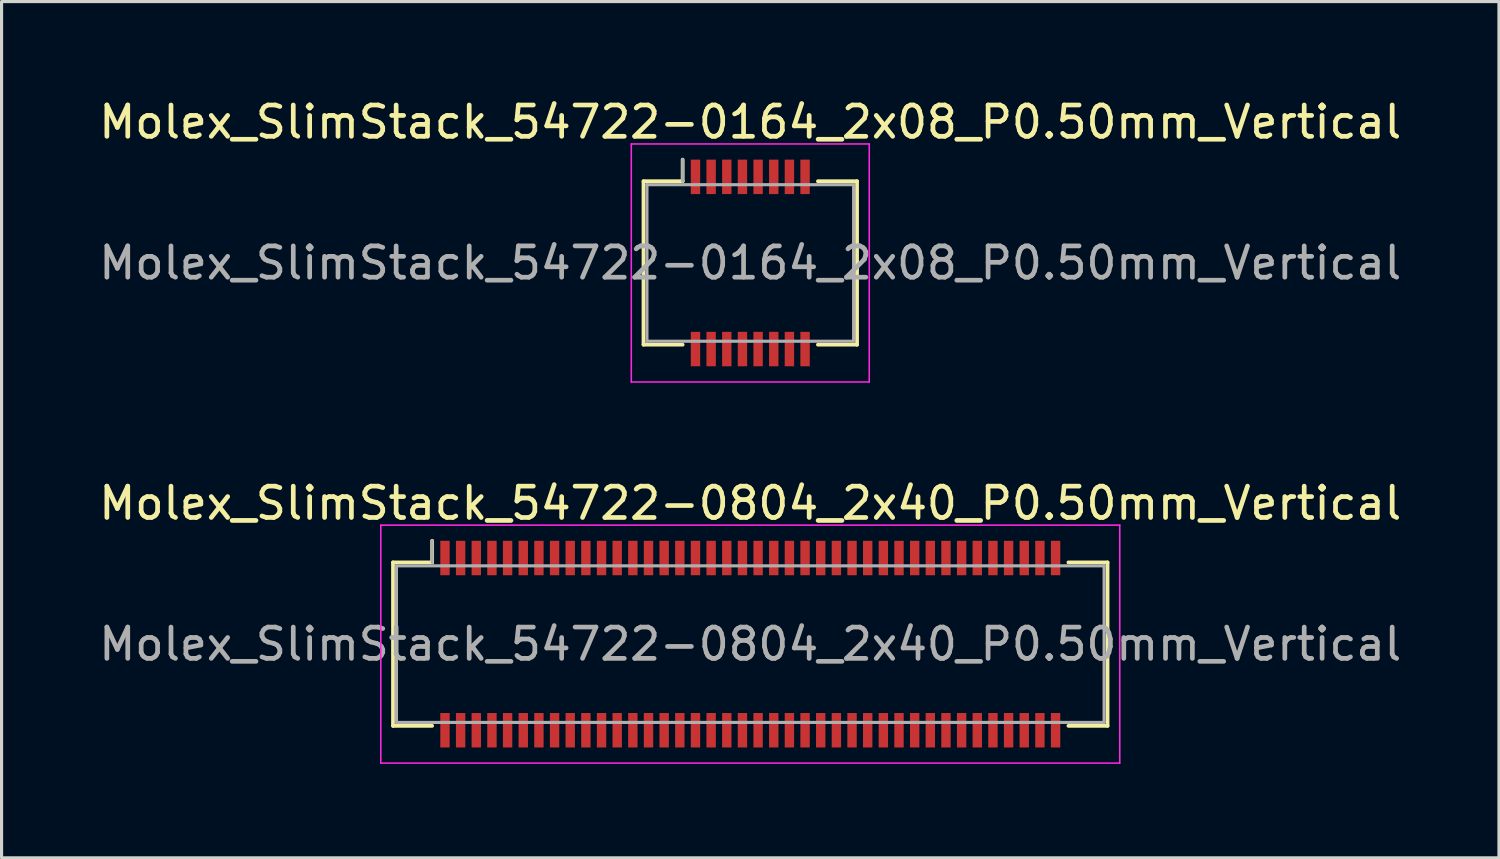
<source format=kicad_pcb>
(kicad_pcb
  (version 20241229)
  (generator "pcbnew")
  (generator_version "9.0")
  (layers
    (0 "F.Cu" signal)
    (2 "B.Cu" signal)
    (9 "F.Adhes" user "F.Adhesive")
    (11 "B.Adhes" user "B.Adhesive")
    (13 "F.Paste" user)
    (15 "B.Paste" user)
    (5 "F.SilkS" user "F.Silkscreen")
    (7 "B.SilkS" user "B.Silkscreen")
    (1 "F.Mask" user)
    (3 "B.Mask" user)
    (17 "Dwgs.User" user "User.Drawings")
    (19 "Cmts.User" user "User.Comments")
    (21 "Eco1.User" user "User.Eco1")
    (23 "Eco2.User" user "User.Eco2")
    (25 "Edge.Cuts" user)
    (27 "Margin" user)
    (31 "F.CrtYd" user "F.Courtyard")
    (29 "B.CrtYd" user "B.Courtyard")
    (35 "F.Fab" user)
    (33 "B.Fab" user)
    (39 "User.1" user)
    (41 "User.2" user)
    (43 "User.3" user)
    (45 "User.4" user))
  (footprint "Molex_SlimStack_54722-0164_2x08_P0.50mm_Vertical"
    (layer "F.Cu")
    (at 20.911 5.348)
    (property "Reference" "Molex_SlimStack_54722-0164_2x08_P0.50mm_Vertical" (at 0 -4.5 0) (layer "F.SilkS") (effects (font (size 1 1) (thickness 0.15))))
    (attr smd)
    (fp_line (start -3.41 -2.61) (end -2.16 -2.61) (stroke (width 0.12) (type solid)) (layer "F.SilkS"))
    (fp_line (start -3.41 2.61) (end -3.41 -2.61) (stroke (width 0.12) (type solid)) (layer "F.SilkS"))
    (fp_line (start -2.16 -2.61) (end -2.16 -3.3) (stroke (width 0.12) (type solid)) (layer "F.SilkS"))
    (fp_line (start -2.16 2.61) (end -3.41 2.61) (stroke (width 0.12) (type solid)) (layer "F.SilkS"))
    (fp_line (start 2.16 2.61) (end 3.41 2.61) (stroke (width 0.12) (type solid)) (layer "F.SilkS"))
    (fp_line (start 3.41 -2.61) (end 2.16 -2.61) (stroke (width 0.12) (type solid)) (layer "F.SilkS"))
    (fp_line (start 3.41 2.61) (end 3.41 -2.61) (stroke (width 0.12) (type solid)) (layer "F.SilkS"))
    (fp_line (start -3.8 -3.8) (end -3.8 3.8) (stroke (width 0.05) (type solid)) (layer "F.CrtYd"))
    (fp_line (start -3.8 3.8) (end 3.8 3.8) (stroke (width 0.05) (type solid)) (layer "F.CrtYd"))
    (fp_line (start 3.8 -3.8) (end -3.8 -3.8) (stroke (width 0.05) (type solid)) (layer "F.CrtYd"))
    (fp_line (start 3.8 3.8) (end 3.8 -3.8) (stroke (width 0.05) (type solid)) (layer "F.CrtYd"))
    (fp_line (start -3.3 -2.5) (end -3.3 2.5) (stroke (width 0.1) (type solid)) (layer "F.Fab"))
    (fp_line (start -3.3 2.5) (end 3.3 2.5) (stroke (width 0.1) (type solid)) (layer "F.Fab"))
    (fp_line (start -2.16 -2.61) (end -2.16 -3.3) (stroke (width 0.1) (type solid)) (layer "F.Fab"))
    (fp_line (start 3.3 -2.5) (end -3.3 -2.5) (stroke (width 0.1) (type solid)) (layer "F.Fab"))
    (fp_line (start 3.3 2.5) (end 3.3 -2.5) (stroke (width 0.1) (type solid)) (layer "F.Fab"))
    (fp_text user "${REFERENCE}" (at 0 0 0) (layer "F.Fab") (effects (font (size 1 1) (thickness 0.15))))
    (pad "1" smd rect (at -1.75 -2.75) (size 0.3 1.1) (layers "F.Cu" "F.Mask" "F.Paste"))
    (pad "2" smd rect (at -1.75 2.75) (size 0.3 1.1) (layers "F.Cu" "F.Mask" "F.Paste"))
    (pad "3" smd rect (at -1.25 -2.75) (size 0.3 1.1) (layers "F.Cu" "F.Mask" "F.Paste"))
    (pad "4" smd rect (at -1.25 2.75) (size 0.3 1.1) (layers "F.Cu" "F.Mask" "F.Paste"))
    (pad "5" smd rect (at -0.75 -2.75) (size 0.3 1.1) (layers "F.Cu" "F.Mask" "F.Paste"))
    (pad "6" smd rect (at -0.75 2.75) (size 0.3 1.1) (layers "F.Cu" "F.Mask" "F.Paste"))
    (pad "7" smd rect (at -0.25 -2.75) (size 0.3 1.1) (layers "F.Cu" "F.Mask" "F.Paste"))
    (pad "8" smd rect (at -0.25 2.75) (size 0.3 1.1) (layers "F.Cu" "F.Mask" "F.Paste"))
    (pad "9" smd rect (at 0.25 -2.75) (size 0.3 1.1) (layers "F.Cu" "F.Mask" "F.Paste"))
    (pad "10" smd rect (at 0.25 2.75) (size 0.3 1.1) (layers "F.Cu" "F.Mask" "F.Paste"))
    (pad "11" smd rect (at 0.75 -2.75) (size 0.3 1.1) (layers "F.Cu" "F.Mask" "F.Paste"))
    (pad "12" smd rect (at 0.75 2.75) (size 0.3 1.1) (layers "F.Cu" "F.Mask" "F.Paste"))
    (pad "13" smd rect (at 1.25 -2.75) (size 0.3 1.1) (layers "F.Cu" "F.Mask" "F.Paste"))
    (pad "14" smd rect (at 1.25 2.75) (size 0.3 1.1) (layers "F.Cu" "F.Mask" "F.Paste"))
    (pad "15" smd rect (at 1.75 -2.75) (size 0.3 1.1) (layers "F.Cu" "F.Mask" "F.Paste"))
    (pad "16" smd rect (at 1.75 2.75) (size 0.3 1.1) (layers "F.Cu" "F.Mask" "F.Paste")))
  (footprint "Molex_SlimStack_54722-0804_2x40_P0.50mm_Vertical"
    (layer "F.Cu")
    (at 20.911 17.521)
    (property "Reference" "Molex_SlimStack_54722-0804_2x40_P0.50mm_Vertical" (at 0 -4.5 0) (layer "F.SilkS") (effects (font (size 1 1) (thickness 0.15))))
    (attr smd)
    (fp_line (start -11.41 -2.61) (end -10.16 -2.61) (stroke (width 0.12) (type solid)) (layer "F.SilkS"))
    (fp_line (start -11.41 2.61) (end -11.41 -2.61) (stroke (width 0.12) (type solid)) (layer "F.SilkS"))
    (fp_line (start -10.16 -2.61) (end -10.16 -3.3) (stroke (width 0.12) (type solid)) (layer "F.SilkS"))
    (fp_line (start -10.16 2.61) (end -11.41 2.61) (stroke (width 0.12) (type solid)) (layer "F.SilkS"))
    (fp_line (start 10.16 2.61) (end 11.41 2.61) (stroke (width 0.12) (type solid)) (layer "F.SilkS"))
    (fp_line (start 11.41 -2.61) (end 10.16 -2.61) (stroke (width 0.12) (type solid)) (layer "F.SilkS"))
    (fp_line (start 11.41 2.61) (end 11.41 -2.61) (stroke (width 0.12) (type solid)) (layer "F.SilkS"))
    (fp_line (start -11.8 -3.8) (end -11.8 3.8) (stroke (width 0.05) (type solid)) (layer "F.CrtYd"))
    (fp_line (start -11.8 3.8) (end 11.8 3.8) (stroke (width 0.05) (type solid)) (layer "F.CrtYd"))
    (fp_line (start 11.8 -3.8) (end -11.8 -3.8) (stroke (width 0.05) (type solid)) (layer "F.CrtYd"))
    (fp_line (start 11.8 3.8) (end 11.8 -3.8) (stroke (width 0.05) (type solid)) (layer "F.CrtYd"))
    (fp_line (start -11.3 -2.5) (end -11.3 2.5) (stroke (width 0.1) (type solid)) (layer "F.Fab"))
    (fp_line (start -11.3 2.5) (end 11.3 2.5) (stroke (width 0.1) (type solid)) (layer "F.Fab"))
    (fp_line (start -10.16 -2.61) (end -10.16 -3.3) (stroke (width 0.1) (type solid)) (layer "F.Fab"))
    (fp_line (start 11.3 -2.5) (end -11.3 -2.5) (stroke (width 0.1) (type solid)) (layer "F.Fab"))
    (fp_line (start 11.3 2.5) (end 11.3 -2.5) (stroke (width 0.1) (type solid)) (layer "F.Fab"))
    (fp_text user "${REFERENCE}" (at 0 0 0) (layer "F.Fab") (effects (font (size 1 1) (thickness 0.15))))
    (pad "1" smd rect (at -9.75 -2.75) (size 0.3 1.1) (layers "F.Cu" "F.Mask" "F.Paste"))
    (pad "2" smd rect (at -9.75 2.75) (size 0.3 1.1) (layers "F.Cu" "F.Mask" "F.Paste"))
    (pad "3" smd rect (at -9.25 -2.75) (size 0.3 1.1) (layers "F.Cu" "F.Mask" "F.Paste"))
    (pad "4" smd rect (at -9.25 2.75) (size 0.3 1.1) (layers "F.Cu" "F.Mask" "F.Paste"))
    (pad "5" smd rect (at -8.75 -2.75) (size 0.3 1.1) (layers "F.Cu" "F.Mask" "F.Paste"))
    (pad "6" smd rect (at -8.75 2.75) (size 0.3 1.1) (layers "F.Cu" "F.Mask" "F.Paste"))
    (pad "7" smd rect (at -8.25 -2.75) (size 0.3 1.1) (layers "F.Cu" "F.Mask" "F.Paste"))
    (pad "8" smd rect (at -8.25 2.75) (size 0.3 1.1) (layers "F.Cu" "F.Mask" "F.Paste"))
    (pad "9" smd rect (at -7.75 -2.75) (size 0.3 1.1) (layers "F.Cu" "F.Mask" "F.Paste"))
    (pad "10" smd rect (at -7.75 2.75) (size 0.3 1.1) (layers "F.Cu" "F.Mask" "F.Paste"))
    (pad "11" smd rect (at -7.25 -2.75) (size 0.3 1.1) (layers "F.Cu" "F.Mask" "F.Paste"))
    (pad "12" smd rect (at -7.25 2.75) (size 0.3 1.1) (layers "F.Cu" "F.Mask" "F.Paste"))
    (pad "13" smd rect (at -6.75 -2.75) (size 0.3 1.1) (layers "F.Cu" "F.Mask" "F.Paste"))
    (pad "14" smd rect (at -6.75 2.75) (size 0.3 1.1) (layers "F.Cu" "F.Mask" "F.Paste"))
    (pad "15" smd rect (at -6.25 -2.75) (size 0.3 1.1) (layers "F.Cu" "F.Mask" "F.Paste"))
    (pad "16" smd rect (at -6.25 2.75) (size 0.3 1.1) (layers "F.Cu" "F.Mask" "F.Paste"))
    (pad "17" smd rect (at -5.75 -2.75) (size 0.3 1.1) (layers "F.Cu" "F.Mask" "F.Paste"))
    (pad "18" smd rect (at -5.75 2.75) (size 0.3 1.1) (layers "F.Cu" "F.Mask" "F.Paste"))
    (pad "19" smd rect (at -5.25 -2.75) (size 0.3 1.1) (layers "F.Cu" "F.Mask" "F.Paste"))
    (pad "20" smd rect (at -5.25 2.75) (size 0.3 1.1) (layers "F.Cu" "F.Mask" "F.Paste"))
    (pad "21" smd rect (at -4.75 -2.75) (size 0.3 1.1) (layers "F.Cu" "F.Mask" "F.Paste"))
    (pad "22" smd rect (at -4.75 2.75) (size 0.3 1.1) (layers "F.Cu" "F.Mask" "F.Paste"))
    (pad "23" smd rect (at -4.25 -2.75) (size 0.3 1.1) (layers "F.Cu" "F.Mask" "F.Paste"))
    (pad "24" smd rect (at -4.25 2.75) (size 0.3 1.1) (layers "F.Cu" "F.Mask" "F.Paste"))
    (pad "25" smd rect (at -3.75 -2.75) (size 0.3 1.1) (layers "F.Cu" "F.Mask" "F.Paste"))
    (pad "26" smd rect (at -3.75 2.75) (size 0.3 1.1) (layers "F.Cu" "F.Mask" "F.Paste"))
    (pad "27" smd rect (at -3.25 -2.75) (size 0.3 1.1) (layers "F.Cu" "F.Mask" "F.Paste"))
    (pad "28" smd rect (at -3.25 2.75) (size 0.3 1.1) (layers "F.Cu" "F.Mask" "F.Paste"))
    (pad "29" smd rect (at -2.75 -2.75) (size 0.3 1.1) (layers "F.Cu" "F.Mask" "F.Paste"))
    (pad "30" smd rect (at -2.75 2.75) (size 0.3 1.1) (layers "F.Cu" "F.Mask" "F.Paste"))
    (pad "31" smd rect (at -2.25 -2.75) (size 0.3 1.1) (layers "F.Cu" "F.Mask" "F.Paste"))
    (pad "32" smd rect (at -2.25 2.75) (size 0.3 1.1) (layers "F.Cu" "F.Mask" "F.Paste"))
    (pad "33" smd rect (at -1.75 -2.75) (size 0.3 1.1) (layers "F.Cu" "F.Mask" "F.Paste"))
    (pad "34" smd rect (at -1.75 2.75) (size 0.3 1.1) (layers "F.Cu" "F.Mask" "F.Paste"))
    (pad "35" smd rect (at -1.25 -2.75) (size 0.3 1.1) (layers "F.Cu" "F.Mask" "F.Paste"))
    (pad "36" smd rect (at -1.25 2.75) (size 0.3 1.1) (layers "F.Cu" "F.Mask" "F.Paste"))
    (pad "37" smd rect (at -0.75 -2.75) (size 0.3 1.1) (layers "F.Cu" "F.Mask" "F.Paste"))
    (pad "38" smd rect (at -0.75 2.75) (size 0.3 1.1) (layers "F.Cu" "F.Mask" "F.Paste"))
    (pad "39" smd rect (at -0.25 -2.75) (size 0.3 1.1) (layers "F.Cu" "F.Mask" "F.Paste"))
    (pad "40" smd rect (at -0.25 2.75) (size 0.3 1.1) (layers "F.Cu" "F.Mask" "F.Paste"))
    (pad "41" smd rect (at 0.25 -2.75) (size 0.3 1.1) (layers "F.Cu" "F.Mask" "F.Paste"))
    (pad "42" smd rect (at 0.25 2.75) (size 0.3 1.1) (layers "F.Cu" "F.Mask" "F.Paste"))
    (pad "43" smd rect (at 0.75 -2.75) (size 0.3 1.1) (layers "F.Cu" "F.Mask" "F.Paste"))
    (pad "44" smd rect (at 0.75 2.75) (size 0.3 1.1) (layers "F.Cu" "F.Mask" "F.Paste"))
    (pad "45" smd rect (at 1.25 -2.75) (size 0.3 1.1) (layers "F.Cu" "F.Mask" "F.Paste"))
    (pad "46" smd rect (at 1.25 2.75) (size 0.3 1.1) (layers "F.Cu" "F.Mask" "F.Paste"))
    (pad "47" smd rect (at 1.75 -2.75) (size 0.3 1.1) (layers "F.Cu" "F.Mask" "F.Paste"))
    (pad "48" smd rect (at 1.75 2.75) (size 0.3 1.1) (layers "F.Cu" "F.Mask" "F.Paste"))
    (pad "49" smd rect (at 2.25 -2.75) (size 0.3 1.1) (layers "F.Cu" "F.Mask" "F.Paste"))
    (pad "50" smd rect (at 2.25 2.75) (size 0.3 1.1) (layers "F.Cu" "F.Mask" "F.Paste"))
    (pad "51" smd rect (at 2.75 -2.75) (size 0.3 1.1) (layers "F.Cu" "F.Mask" "F.Paste"))
    (pad "52" smd rect (at 2.75 2.75) (size 0.3 1.1) (layers "F.Cu" "F.Mask" "F.Paste"))
    (pad "53" smd rect (at 3.25 -2.75) (size 0.3 1.1) (layers "F.Cu" "F.Mask" "F.Paste"))
    (pad "54" smd rect (at 3.25 2.75) (size 0.3 1.1) (layers "F.Cu" "F.Mask" "F.Paste"))
    (pad "55" smd rect (at 3.75 -2.75) (size 0.3 1.1) (layers "F.Cu" "F.Mask" "F.Paste"))
    (pad "56" smd rect (at 3.75 2.75) (size 0.3 1.1) (layers "F.Cu" "F.Mask" "F.Paste"))
    (pad "57" smd rect (at 4.25 -2.75) (size 0.3 1.1) (layers "F.Cu" "F.Mask" "F.Paste"))
    (pad "58" smd rect (at 4.25 2.75) (size 0.3 1.1) (layers "F.Cu" "F.Mask" "F.Paste"))
    (pad "59" smd rect (at 4.75 -2.75) (size 0.3 1.1) (layers "F.Cu" "F.Mask" "F.Paste"))
    (pad "60" smd rect (at 4.75 2.75) (size 0.3 1.1) (layers "F.Cu" "F.Mask" "F.Paste"))
    (pad "61" smd rect (at 5.25 -2.75) (size 0.3 1.1) (layers "F.Cu" "F.Mask" "F.Paste"))
    (pad "62" smd rect (at 5.25 2.75) (size 0.3 1.1) (layers "F.Cu" "F.Mask" "F.Paste"))
    (pad "63" smd rect (at 5.75 -2.75) (size 0.3 1.1) (layers "F.Cu" "F.Mask" "F.Paste"))
    (pad "64" smd rect (at 5.75 2.75) (size 0.3 1.1) (layers "F.Cu" "F.Mask" "F.Paste"))
    (pad "65" smd rect (at 6.25 -2.75) (size 0.3 1.1) (layers "F.Cu" "F.Mask" "F.Paste"))
    (pad "66" smd rect (at 6.25 2.75) (size 0.3 1.1) (layers "F.Cu" "F.Mask" "F.Paste"))
    (pad "67" smd rect (at 6.75 -2.75) (size 0.3 1.1) (layers "F.Cu" "F.Mask" "F.Paste"))
    (pad "68" smd rect (at 6.75 2.75) (size 0.3 1.1) (layers "F.Cu" "F.Mask" "F.Paste"))
    (pad "69" smd rect (at 7.25 -2.75) (size 0.3 1.1) (layers "F.Cu" "F.Mask" "F.Paste"))
    (pad "70" smd rect (at 7.25 2.75) (size 0.3 1.1) (layers "F.Cu" "F.Mask" "F.Paste"))
    (pad "71" smd rect (at 7.75 -2.75) (size 0.3 1.1) (layers "F.Cu" "F.Mask" "F.Paste"))
    (pad "72" smd rect (at 7.75 2.75) (size 0.3 1.1) (layers "F.Cu" "F.Mask" "F.Paste"))
    (pad "73" smd rect (at 8.25 -2.75) (size 0.3 1.1) (layers "F.Cu" "F.Mask" "F.Paste"))
    (pad "74" smd rect (at 8.25 2.75) (size 0.3 1.1) (layers "F.Cu" "F.Mask" "F.Paste"))
    (pad "75" smd rect (at 8.75 -2.75) (size 0.3 1.1) (layers "F.Cu" "F.Mask" "F.Paste"))
    (pad "76" smd rect (at 8.75 2.75) (size 0.3 1.1) (layers "F.Cu" "F.Mask" "F.Paste"))
    (pad "77" smd rect (at 9.25 -2.75) (size 0.3 1.1) (layers "F.Cu" "F.Mask" "F.Paste"))
    (pad "78" smd rect (at 9.25 2.75) (size 0.3 1.1) (layers "F.Cu" "F.Mask" "F.Paste"))
    (pad "79" smd rect (at 9.75 -2.75) (size 0.3 1.1) (layers "F.Cu" "F.Mask" "F.Paste"))
    (pad "80" smd rect (at 9.75 2.75) (size 0.3 1.1) (layers "F.Cu" "F.Mask" "F.Paste")))
  (gr_rect
    (start -3 -3)
    (end 44.821 24.346)
    (stroke (width 0.1) (type default))
    (fill no)
    (layer "Edge.Cuts")))
</source>
